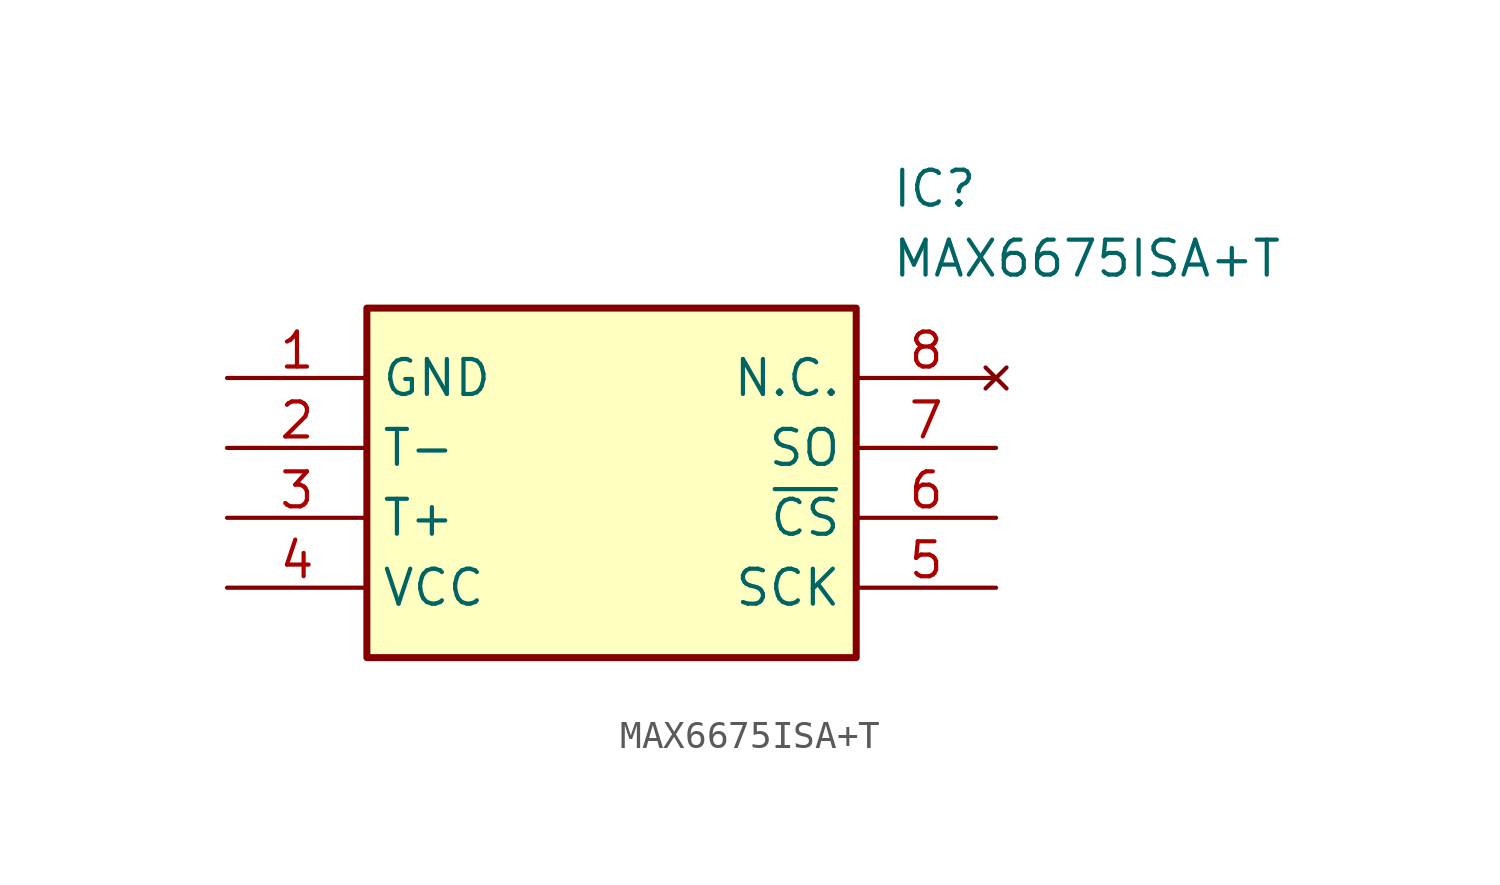
<source format=kicad_sym>
(kicad_symbol_lib
  (version 20211014)
  (generator SamacSys_ECAD_Model)
  (symbol "MAX6675ISA+T"
    (property "Reference" "IC"
      (at 24.13 7.62 0)
      (effects (font (size 1.27 1.27)) (justify left top)))
    (property "Value" "MAX6675ISA+T"
      (at 24.13 5.08 0)
      (effects (font (size 1.27 1.27)) (justify left top)))
    (rectangle
      (start 5.08 2.54)
      (end 22.86 -10.16)
      (stroke (width 0.254) (type default))
      (fill (type background)))
    (pin passive line
      (at 0 0 0)
      (length 5.08)
      (name "GND" (effects (font (size 1.27 1.27))))
      (number "1" (effects (font (size 1.27 1.27)))))
    (pin passive line
      (at 0 -2.54 0)
      (length 5.08)
      (name "T-" (effects (font (size 1.27 1.27))))
      (number "2" (effects (font (size 1.27 1.27)))))
    (pin passive line
      (at 0 -5.08 0)
      (length 5.08)
      (name "T+" (effects (font (size 1.27 1.27))))
      (number "3" (effects (font (size 1.27 1.27)))))
    (pin passive line
      (at 0 -7.62 0)
      (length 5.08)
      (name "VCC" (effects (font (size 1.27 1.27))))
      (number "4" (effects (font (size 1.27 1.27)))))
    (pin no_connect line
      (at 27.94 0 180)
      (length 5.08)
      (name "N.C." (effects (font (size 1.27 1.27))))
      (number "8" (effects (font (size 1.27 1.27)))))
    (pin passive line
      (at 27.94 -2.54 180)
      (length 5.08)
      (name "SO" (effects (font (size 1.27 1.27))))
      (number "7" (effects (font (size 1.27 1.27)))))
    (pin passive line
      (at 27.94 -5.08 180)
      (length 5.08)
      (name "~{CS}" (effects (font (size 1.27 1.27))))
      (number "6" (effects (font (size 1.27 1.27)))))
    (pin passive line
      (at 27.94 -7.62 180)
      (length 5.08)
      (name "SCK" (effects (font (size 1.27 1.27))))
      (number "5" (effects (font (size 1.27 1.27)))))))
</source>
